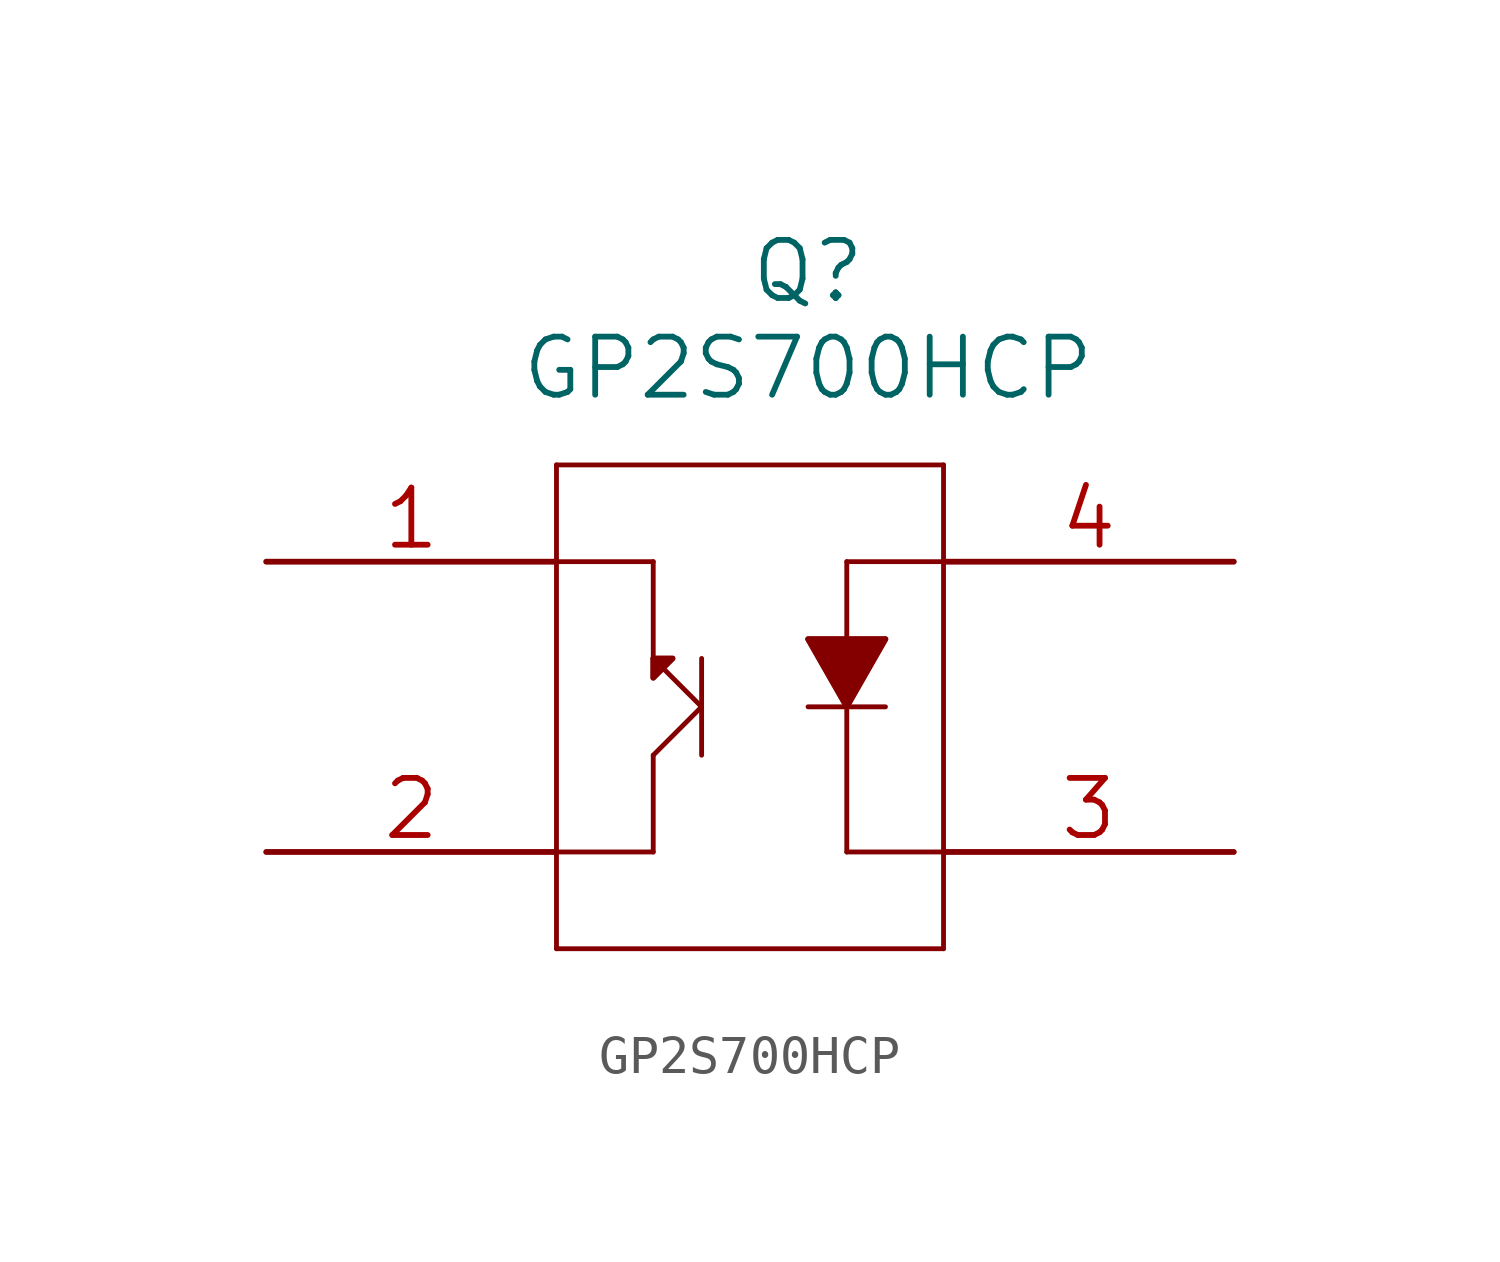
<source format=kicad_sym>
(kicad_symbol_lib
  (version 20211014)
  (generator kicad_symbol_editor)
  (symbol "GP2S700HCP"
    (pin_names
      (offset 0.254) hide)
    (property "Reference" "Q"
      (at 14.224 7.62 0)
      (effects (font (size 1.524 1.524))))
    (property "Value" "GP2S700HCP"
      (at 14.224 5.08 0)
      (effects (font (size 1.524 1.524))))
    (property "Datasheet" ""
      (at 0 0 0)
      (effects (font (size 1.524 1.524))))
    (property "ki_locked" ""
      (at 0 0 0)
      (effects (font (size 1.27 1.27))))
    (symbol "GP2S700HCP_1_1"
      (polyline (pts (xy 7.62 -10.16) (xy 17.78 -10.16)) (stroke (width 0.127) (type default) (color 0 0 0 0)) (fill (type none)))
      (polyline (pts (xy 7.62 0) (xy 10.16 0)) (stroke (width 0.127) (type default) (color 0 0 0 0)) (fill (type none)))
      (polyline (pts (xy 7.62 2.54) (xy 7.62 -10.16)) (stroke (width 0.127) (type default) (color 0 0 0 0)) (fill (type none)))
      (polyline (pts (xy 10.16 -7.62) (xy 7.62 -7.62)) (stroke (width 0.127) (type default) (color 0 0 0 0)) (fill (type none)))
      (polyline (pts (xy 10.16 -5.08) (xy 10.16 -7.62)) (stroke (width 0.127) (type default) (color 0 0 0 0)) (fill (type none)))
      (polyline (pts (xy 10.16 -2.54) (xy 10.16 -3.048)) (stroke (width 0.127) (type default) (color 0 0 0 0)) (fill (type none)))
      (polyline (pts (xy 10.16 -2.54) (xy 10.668 -2.54)) (stroke (width 0.127) (type default) (color 0 0 0 0)) (fill (type none)))
      (polyline (pts (xy 10.16 0) (xy 10.16 -2.54)) (stroke (width 0.127) (type default) (color 0 0 0 0)) (fill (type none)))
      (polyline (pts (xy 10.668 -2.54) (xy 10.16 -3.048)) (stroke (width 0.127) (type default) (color 0 0 0 0)) (fill (type none)))
      (polyline (pts (xy 11.43 -3.81) (xy 10.16 -5.08)) (stroke (width 0.127) (type default) (color 0 0 0 0)) (fill (type none)))
      (polyline (pts (xy 11.43 -3.81) (xy 10.16 -2.54)) (stroke (width 0.127) (type default) (color 0 0 0 0)) (fill (type none)))
      (polyline (pts (xy 11.43 -2.54) (xy 11.43 -5.08)) (stroke (width 0.127) (type default) (color 0 0 0 0)) (fill (type none)))
      (polyline (pts (xy 14.224 -3.81) (xy 16.256 -3.81)) (stroke (width 0.127) (type default) (color 0 0 0 0)) (fill (type none)))
      (polyline (pts (xy 14.224 -2.032) (xy 15.24 -3.81)) (stroke (width 0.127) (type default) (color 0 0 0 0)) (fill (type none)))
      (polyline (pts (xy 14.224 -2.032) (xy 16.256 -2.032)) (stroke (width 0.127) (type default) (color 0 0 0 0)) (fill (type none)))
      (polyline (pts (xy 15.24 -7.62) (xy 17.78 -7.62)) (stroke (width 0.127) (type default) (color 0 0 0 0)) (fill (type none)))
      (polyline (pts (xy 15.24 0) (xy 15.24 -7.62)) (stroke (width 0.127) (type default) (color 0 0 0 0)) (fill (type none)))
      (polyline (pts (xy 16.256 -2.032) (xy 15.24 -3.81)) (stroke (width 0.127) (type default) (color 0 0 0 0)) (fill (type none)))
      (polyline (pts (xy 17.78 -10.16) (xy 17.78 2.54)) (stroke (width 0.127) (type default) (color 0 0 0 0)) (fill (type none)))
      (polyline (pts (xy 17.78 0) (xy 15.24 0)) (stroke (width 0.127) (type default) (color 0 0 0 0)) (fill (type none)))
      (polyline (pts (xy 17.78 2.54) (xy 7.62 2.54)) (stroke (width 0.127) (type default) (color 0 0 0 0)) (fill (type none)))
      (polyline (pts (xy 10.16 -3.048) (xy 10.16 -2.54) (xy 10.668 -2.54) (xy 10.16 -3.048)) (stroke (width 0) (type default) (color 0 0 0 0)) (fill (type outline)))
      (polyline (pts (xy 14.224 -2.032) (xy 15.24 -3.81) (xy 16.256 -2.032) (xy 14.224 -2.032)) (stroke (width 0) (type default) (color 0 0 0 0)) (fill (type outline)))
      (pin power_in line (at 0 0 0) (length 7.62) (name "1" (effects (font (size 1.499 1.499)))) (number "1" (effects (font (size 1.499 1.499)))))
      (pin bidirectional line (at 0 -7.62 0) (length 7.62) (name "2" (effects (font (size 1.499 1.499)))) (number "2" (effects (font (size 1.499 1.499)))))
      (pin output line (at 25.4 -7.62 180) (length 7.62) (name "3" (effects (font (size 1.499 1.499)))) (number "3" (effects (font (size 1.499 1.499)))))
      (pin power_in line (at 25.4 0 180) (length 7.62) (name "4" (effects (font (size 1.499 1.499)))) (number "4" (effects (font (size 1.499 1.499))))))))
</source>
